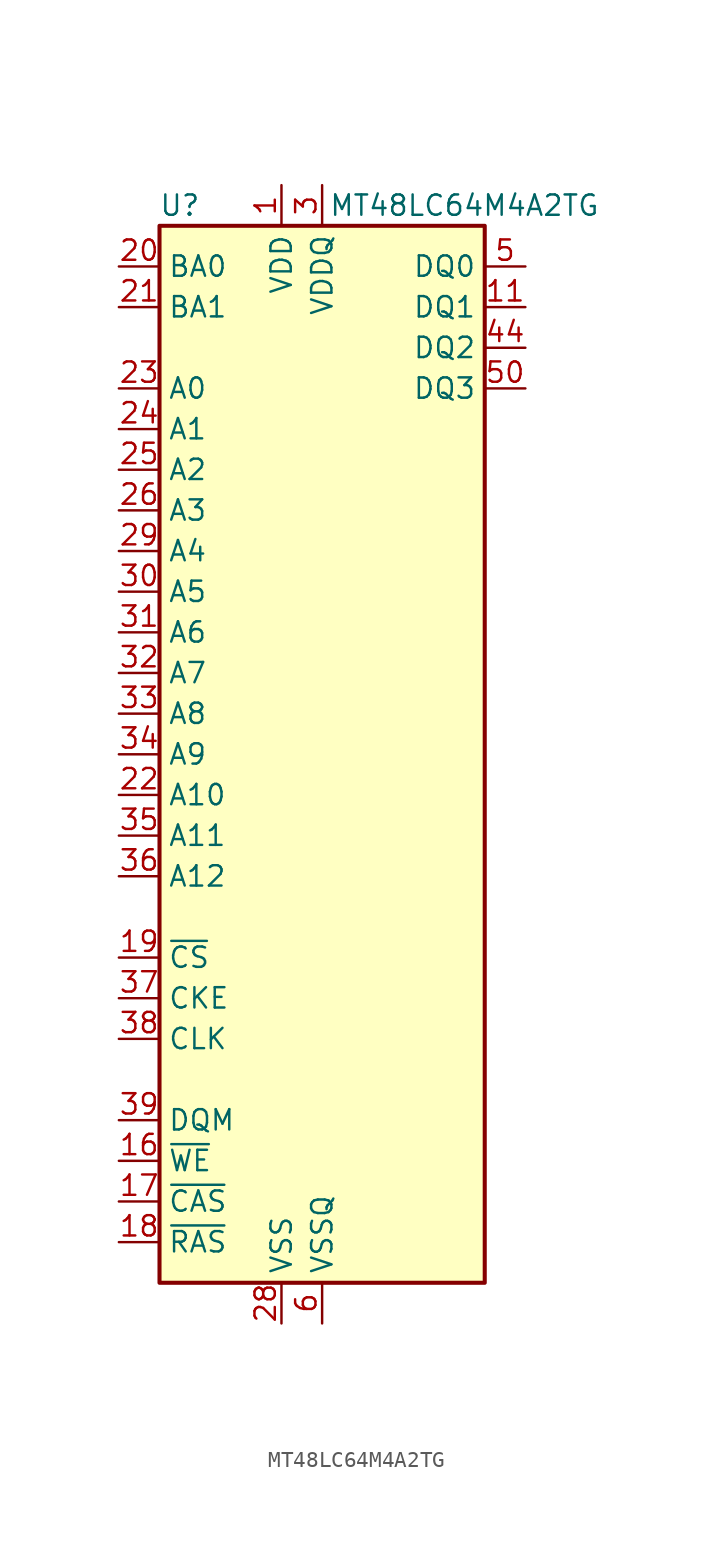
<source format=kicad_sym>
(kicad_symbol_lib
  (version 20231120)
  (generator "kicad_symbol_editor")
  (generator_version "8.0")
  (symbol "MT48LC64M4A2TG"
    (property "Reference" "U"
      (at -8.89 34.29 0)
      (effects (font (size 1.27 1.27))))
    (property "Value" "MT48LC64M4A2TG"
      (at 8.89 34.29 0)
      (effects (font (size 1.27 1.27))))
    (symbol "MT48LC64M4A2TG_0_1"
      (rectangle (start -10.16 33.02) (end 10.16 -33.02) (stroke (width 0.254) (type default)) (fill (type background))))
    (symbol "MT48LC64M4A2TG_1_1"
      (pin power_in line (at -2.54 35.56 270) (length 2.54) (name "VDD" (effects (font (size 1.27 1.27)))) (number "1" (effects (font (size 1.27 1.27)))))
      (pin no_connect line (at 10.16 2.54 180) (length 2.54) hide (name "NC" (effects (font (size 1.27 1.27)))) (number "10" (effects (font (size 1.27 1.27)))))
      (pin bidirectional line (at 12.7 27.94 180) (length 2.54) (name "DQ1" (effects (font (size 1.27 1.27)))) (number "11" (effects (font (size 1.27 1.27)))))
      (pin passive line (at 0 -35.56 90) (length 2.54) hide (name "VSSQ" (effects (font (size 1.27 1.27)))) (number "12" (effects (font (size 1.27 1.27)))))
      (pin no_connect line (at 10.16 7.62 180) (length 2.54) hide (name "NC" (effects (font (size 1.27 1.27)))) (number "13" (effects (font (size 1.27 1.27)))))
      (pin passive line (at -2.54 35.56 270) (length 2.54) hide (name "VDD" (effects (font (size 1.27 1.27)))) (number "14" (effects (font (size 1.27 1.27)))))
      (pin no_connect line (at -10.16 -20.32 0) (length 2.54) hide (name "NC" (effects (font (size 1.27 1.27)))) (number "15" (effects (font (size 1.27 1.27)))))
      (pin input line (at -12.7 -25.4 0) (length 2.54) (name "~{WE}" (effects (font (size 1.27 1.27)))) (number "16" (effects (font (size 1.27 1.27)))))
      (pin input line (at -12.7 -27.94 0) (length 2.54) (name "~{CAS}" (effects (font (size 1.27 1.27)))) (number "17" (effects (font (size 1.27 1.27)))))
      (pin input line (at -12.7 -30.48 0) (length 2.54) (name "~{RAS}" (effects (font (size 1.27 1.27)))) (number "18" (effects (font (size 1.27 1.27)))))
      (pin input line (at -12.7 -12.7 0) (length 2.54) (name "~{CS}" (effects (font (size 1.27 1.27)))) (number "19" (effects (font (size 1.27 1.27)))))
      (pin no_connect line (at 10.16 12.7 180) (length 2.54) hide (name "NC" (effects (font (size 1.27 1.27)))) (number "2" (effects (font (size 1.27 1.27)))))
      (pin input line (at -12.7 30.48 0) (length 2.54) (name "BA0" (effects (font (size 1.27 1.27)))) (number "20" (effects (font (size 1.27 1.27)))))
      (pin input line (at -12.7 27.94 0) (length 2.54) (name "BA1" (effects (font (size 1.27 1.27)))) (number "21" (effects (font (size 1.27 1.27)))))
      (pin input line (at -12.7 -2.54 0) (length 2.54) (name "A10" (effects (font (size 1.27 1.27)))) (number "22" (effects (font (size 1.27 1.27)))))
      (pin input line (at -12.7 22.86 0) (length 2.54) (name "A0" (effects (font (size 1.27 1.27)))) (number "23" (effects (font (size 1.27 1.27)))))
      (pin input line (at -12.7 20.32 0) (length 2.54) (name "A1" (effects (font (size 1.27 1.27)))) (number "24" (effects (font (size 1.27 1.27)))))
      (pin input line (at -12.7 17.78 0) (length 2.54) (name "A2" (effects (font (size 1.27 1.27)))) (number "25" (effects (font (size 1.27 1.27)))))
      (pin input line (at -12.7 15.24 0) (length 2.54) (name "A3" (effects (font (size 1.27 1.27)))) (number "26" (effects (font (size 1.27 1.27)))))
      (pin passive line (at -2.54 35.56 270) (length 2.54) hide (name "VDD" (effects (font (size 1.27 1.27)))) (number "27" (effects (font (size 1.27 1.27)))))
      (pin power_in line (at -2.54 -35.56 90) (length 2.54) (name "VSS" (effects (font (size 1.27 1.27)))) (number "28" (effects (font (size 1.27 1.27)))))
      (pin input line (at -12.7 12.7 0) (length 2.54) (name "A4" (effects (font (size 1.27 1.27)))) (number "29" (effects (font (size 1.27 1.27)))))
      (pin power_in line (at 0 35.56 270) (length 2.54) (name "VDDQ" (effects (font (size 1.27 1.27)))) (number "3" (effects (font (size 1.27 1.27)))))
      (pin input line (at -12.7 10.16 0) (length 2.54) (name "A5" (effects (font (size 1.27 1.27)))) (number "30" (effects (font (size 1.27 1.27)))))
      (pin input line (at -12.7 7.62 0) (length 2.54) (name "A6" (effects (font (size 1.27 1.27)))) (number "31" (effects (font (size 1.27 1.27)))))
      (pin input line (at -12.7 5.08 0) (length 2.54) (name "A7" (effects (font (size 1.27 1.27)))) (number "32" (effects (font (size 1.27 1.27)))))
      (pin input line (at -12.7 2.54 0) (length 2.54) (name "A8" (effects (font (size 1.27 1.27)))) (number "33" (effects (font (size 1.27 1.27)))))
      (pin input line (at -12.7 0 0) (length 2.54) (name "A9" (effects (font (size 1.27 1.27)))) (number "34" (effects (font (size 1.27 1.27)))))
      (pin input line (at -12.7 -5.08 0) (length 2.54) (name "A11" (effects (font (size 1.27 1.27)))) (number "35" (effects (font (size 1.27 1.27)))))
      (pin input line (at -12.7 -7.62 0) (length 2.54) (name "A12" (effects (font (size 1.27 1.27)))) (number "36" (effects (font (size 1.27 1.27)))))
      (pin input line (at -12.7 -15.24 0) (length 2.54) (name "CKE" (effects (font (size 1.27 1.27)))) (number "37" (effects (font (size 1.27 1.27)))))
      (pin input line (at -12.7 -17.78 0) (length 2.54) (name "CLK" (effects (font (size 1.27 1.27)))) (number "38" (effects (font (size 1.27 1.27)))))
      (pin input line (at -12.7 -22.86 0) (length 2.54) (name "DQM" (effects (font (size 1.27 1.27)))) (number "39" (effects (font (size 1.27 1.27)))))
      (pin no_connect line (at 10.16 -7.62 180) (length 2.54) hide (name "NC" (effects (font (size 1.27 1.27)))) (number "4" (effects (font (size 1.27 1.27)))))
      (pin no_connect line (at 10.16 -20.32 180) (length 2.54) hide (name "NC" (effects (font (size 1.27 1.27)))) (number "40" (effects (font (size 1.27 1.27)))))
      (pin passive line (at -2.54 -35.56 90) (length 2.54) hide (name "VSS" (effects (font (size 1.27 1.27)))) (number "41" (effects (font (size 1.27 1.27)))))
      (pin no_connect line (at 10.16 10.16 180) (length 2.54) hide (name "NC" (effects (font (size 1.27 1.27)))) (number "42" (effects (font (size 1.27 1.27)))))
      (pin passive line (at 0 35.56 270) (length 2.54) hide (name "VDDQ" (effects (font (size 1.27 1.27)))) (number "43" (effects (font (size 1.27 1.27)))))
      (pin bidirectional line (at 12.7 25.4 180) (length 2.54) (name "DQ2" (effects (font (size 1.27 1.27)))) (number "44" (effects (font (size 1.27 1.27)))))
      (pin no_connect line (at 10.16 5.08 180) (length 2.54) hide (name "NC" (effects (font (size 1.27 1.27)))) (number "45" (effects (font (size 1.27 1.27)))))
      (pin passive line (at 0 -35.56 90) (length 2.54) hide (name "VSSQ" (effects (font (size 1.27 1.27)))) (number "46" (effects (font (size 1.27 1.27)))))
      (pin no_connect line (at 10.16 17.78 180) (length 2.54) hide (name "NC" (effects (font (size 1.27 1.27)))) (number "47" (effects (font (size 1.27 1.27)))))
      (pin no_connect line (at 10.16 0 180) (length 2.54) hide (name "NC" (effects (font (size 1.27 1.27)))) (number "48" (effects (font (size 1.27 1.27)))))
      (pin passive line (at 0 35.56 270) (length 2.54) hide (name "VDDQ" (effects (font (size 1.27 1.27)))) (number "49" (effects (font (size 1.27 1.27)))))
      (pin bidirectional line (at 12.7 30.48 180) (length 2.54) (name "DQ0" (effects (font (size 1.27 1.27)))) (number "5" (effects (font (size 1.27 1.27)))))
      (pin bidirectional line (at 12.7 22.86 180) (length 2.54) (name "DQ3" (effects (font (size 1.27 1.27)))) (number "50" (effects (font (size 1.27 1.27)))))
      (pin no_connect line (at 10.16 -5.08 180) (length 2.54) hide (name "NC" (effects (font (size 1.27 1.27)))) (number "51" (effects (font (size 1.27 1.27)))))
      (pin passive line (at 0 -35.56 90) (length 2.54) hide (name "VSSQ" (effects (font (size 1.27 1.27)))) (number "52" (effects (font (size 1.27 1.27)))))
      (pin no_connect line (at 10.16 20.32 180) (length 2.54) hide (name "NC" (effects (font (size 1.27 1.27)))) (number "53" (effects (font (size 1.27 1.27)))))
      (pin passive line (at -2.54 -35.56 90) (length 2.54) hide (name "VSS" (effects (font (size 1.27 1.27)))) (number "54" (effects (font (size 1.27 1.27)))))
      (pin power_in line (at 0 -35.56 90) (length 2.54) (name "VSSQ" (effects (font (size 1.27 1.27)))) (number "6" (effects (font (size 1.27 1.27)))))
      (pin no_connect line (at 10.16 -2.54 180) (length 2.54) hide (name "NC" (effects (font (size 1.27 1.27)))) (number "7" (effects (font (size 1.27 1.27)))))
      (pin no_connect line (at 10.16 15.24 180) (length 2.54) hide (name "NC" (effects (font (size 1.27 1.27)))) (number "8" (effects (font (size 1.27 1.27)))))
      (pin passive line (at 0 35.56 270) (length 2.54) hide (name "VDDQ" (effects (font (size 1.27 1.27)))) (number "9" (effects (font (size 1.27 1.27))))))))
</source>
